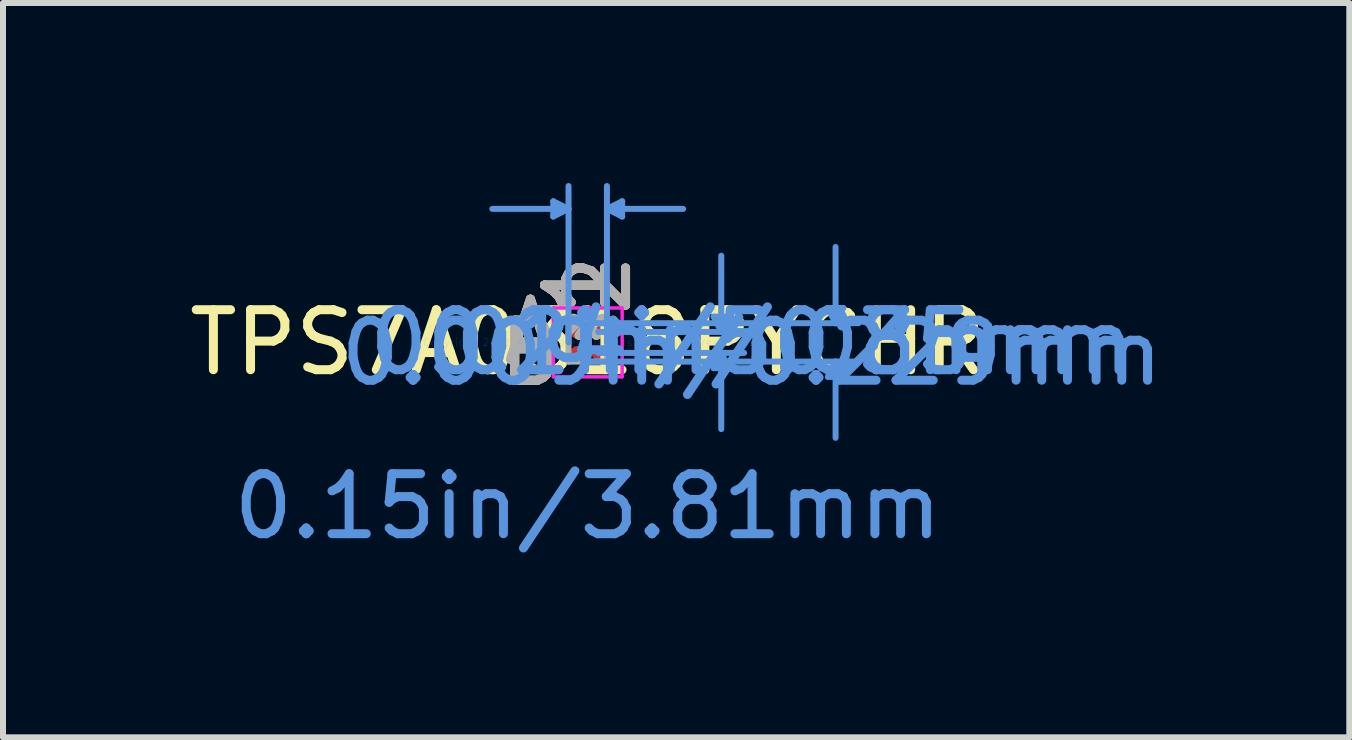
<source format=kicad_pcb>
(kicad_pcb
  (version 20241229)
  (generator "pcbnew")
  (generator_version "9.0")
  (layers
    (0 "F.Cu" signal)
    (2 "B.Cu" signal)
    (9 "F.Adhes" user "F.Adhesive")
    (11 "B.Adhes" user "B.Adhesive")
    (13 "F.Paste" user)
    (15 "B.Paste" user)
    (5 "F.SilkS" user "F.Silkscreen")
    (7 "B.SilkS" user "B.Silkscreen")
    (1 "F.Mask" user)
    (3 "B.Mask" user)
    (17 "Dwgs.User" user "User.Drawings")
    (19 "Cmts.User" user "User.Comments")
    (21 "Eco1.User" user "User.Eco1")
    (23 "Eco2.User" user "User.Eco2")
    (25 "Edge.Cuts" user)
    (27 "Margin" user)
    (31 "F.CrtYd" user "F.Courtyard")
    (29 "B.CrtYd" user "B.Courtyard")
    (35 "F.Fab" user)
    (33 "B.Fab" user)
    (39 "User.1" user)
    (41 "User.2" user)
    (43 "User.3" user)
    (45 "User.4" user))
  (footprint "TPS7A0318PYCHR"
    (layer "F.Cu")
    (at 6.744 2.656)
    (property "Reference" "TPS7A0318PYCHR" (at 0 0 0) (layer "F.SilkS") (effects (font (size 1 1) (thickness 0.15))))
    (attr through_hole)
    (fp_line (start -0.574 -2.352) (end -0.574 -2.098) (stroke (width 0.1) (type solid)) (layer "Cmts.User"))
    (fp_line (start -0.32 -2.225) (end -1.59 -2.225) (stroke (width 0.1) (type solid)) (layer "Cmts.User"))
    (fp_line (start -0.32 -2.225) (end -0.574 -2.352) (stroke (width 0.1) (type solid)) (layer "Cmts.User"))
    (fp_line (start -0.32 -2.225) (end -0.574 -2.098) (stroke (width 0.1) (type solid)) (layer "Cmts.User"))
    (fp_line (start -0.32 0) (end -0.32 -2.606) (stroke (width 0.1) (type solid)) (layer "Cmts.User"))
    (fp_line (start 0 -0.32) (end 4.511 -0.32) (stroke (width 0.1) (type solid)) (layer "Cmts.User"))
    (fp_line (start 0 0.32) (end 4.511 0.32) (stroke (width 0.1) (type solid)) (layer "Cmts.User"))
    (fp_line (start 0.175 -0.175) (end 2.606 -0.175) (stroke (width 0.1) (type solid)) (layer "Cmts.User"))
    (fp_line (start 0.175 0.175) (end 2.606 0.175) (stroke (width 0.1) (type solid)) (layer "Cmts.User"))
    (fp_line (start 0.32 -2.225) (end 0.574 -2.352) (stroke (width 0.1) (type solid)) (layer "Cmts.User"))
    (fp_line (start 0.32 -2.225) (end 0.574 -2.098) (stroke (width 0.1) (type solid)) (layer "Cmts.User"))
    (fp_line (start 0.32 -2.225) (end 1.59 -2.225) (stroke (width 0.1) (type solid)) (layer "Cmts.User"))
    (fp_line (start 0.32 0) (end 0.32 -2.606) (stroke (width 0.1) (type solid)) (layer "Cmts.User"))
    (fp_line (start 0.574 -2.352) (end 0.574 -2.098) (stroke (width 0.1) (type solid)) (layer "Cmts.User"))
    (fp_line (start 2.098 -0.429) (end 2.352 -0.429) (stroke (width 0.1) (type solid)) (layer "Cmts.User"))
    (fp_line (start 2.098 0.429) (end 2.352 0.429) (stroke (width 0.1) (type solid)) (layer "Cmts.User"))
    (fp_line (start 2.225 -0.175) (end 2.098 -0.429) (stroke (width 0.1) (type solid)) (layer "Cmts.User"))
    (fp_line (start 2.225 -0.175) (end 2.225 -1.445) (stroke (width 0.1) (type solid)) (layer "Cmts.User"))
    (fp_line (start 2.225 -0.175) (end 2.352 -0.429) (stroke (width 0.1) (type solid)) (layer "Cmts.User"))
    (fp_line (start 2.225 0.175) (end 2.098 0.429) (stroke (width 0.1) (type solid)) (layer "Cmts.User"))
    (fp_line (start 2.225 0.175) (end 2.225 1.445) (stroke (width 0.1) (type solid)) (layer "Cmts.User"))
    (fp_line (start 2.225 0.175) (end 2.352 0.429) (stroke (width 0.1) (type solid)) (layer "Cmts.User"))
    (fp_line (start 4.003 -0.574) (end 4.257 -0.574) (stroke (width 0.1) (type solid)) (layer "Cmts.User"))
    (fp_line (start 4.003 0.574) (end 4.257 0.574) (stroke (width 0.1) (type solid)) (layer "Cmts.User"))
    (fp_line (start 4.13 -0.32) (end 4.003 -0.574) (stroke (width 0.1) (type solid)) (layer "Cmts.User"))
    (fp_line (start 4.13 -0.32) (end 4.13 -1.59) (stroke (width 0.1) (type solid)) (layer "Cmts.User"))
    (fp_line (start 4.13 -0.32) (end 4.257 -0.574) (stroke (width 0.1) (type solid)) (layer "Cmts.User"))
    (fp_line (start 4.13 0.32) (end 4.003 0.574) (stroke (width 0.1) (type solid)) (layer "Cmts.User"))
    (fp_line (start 4.13 0.32) (end 4.13 1.59) (stroke (width 0.1) (type solid)) (layer "Cmts.User"))
    (fp_line (start 4.13 0.32) (end 4.257 0.574) (stroke (width 0.1) (type solid)) (layer "Cmts.User"))
    (fp_line (start -0.574 -0.574) (end 0.574 -0.574) (stroke (width 0.05) (type solid)) (layer "F.CrtYd"))
    (fp_line (start -0.574 -0.574) (end 0.574 -0.574) (stroke (width 0.05) (type solid)) (layer "F.CrtYd"))
    (fp_line (start -0.574 0.574) (end -0.574 -0.574) (stroke (width 0.05) (type solid)) (layer "F.CrtYd"))
    (fp_line (start -0.574 0.574) (end -0.574 -0.574) (stroke (width 0.05) (type solid)) (layer "F.CrtYd"))
    (fp_line (start 0.574 -0.574) (end 0.574 0.574) (stroke (width 0.05) (type solid)) (layer "F.CrtYd"))
    (fp_line (start 0.574 -0.574) (end 0.574 0.574) (stroke (width 0.05) (type solid)) (layer "F.CrtYd"))
    (fp_line (start 0.574 0.574) (end -0.574 0.574) (stroke (width 0.05) (type solid)) (layer "F.CrtYd"))
    (fp_line (start 0.574 0.574) (end -0.574 0.574) (stroke (width 0.05) (type solid)) (layer "F.CrtYd"))
    (fp_line (start -0.32 -0.32) (end -0.32 0.32) (stroke (width 0.1) (type solid)) (layer "F.Fab"))
    (fp_line (start -0.32 0.32) (end 0.32 0.32) (stroke (width 0.1) (type solid)) (layer "F.Fab"))
    (fp_line (start -0.145 -0.32) (end -0.32 -0.145) (stroke (width 0.1) (type solid)) (layer "F.Fab"))
    (fp_line (start 0.32 -0.32) (end -0.32 -0.32) (stroke (width 0.1) (type solid)) (layer "F.Fab"))
    (fp_line (start 0.32 0.32) (end 0.32 -0.32) (stroke (width 0.1) (type solid)) (layer "F.Fab"))
    (fp_text user "*" (at 0 0 0) (layer "F.SilkS") (effects (font (size 1 1) (thickness 0.15))))
    (fp_text user "2" (at 0.175 -0.955 90) (layer "F.SilkS") (effects (font (size 1 1) (thickness 0.15))))
    (fp_text user "A" (at -0.955 -0.175 0) (layer "F.SilkS") (effects (font (size 1 1) (thickness 0.15))))
    (fp_text user "B" (at -0.955 0.175 0) (layer "F.SilkS") (effects (font (size 1 1) (thickness 0.15))))
    (fp_text user "1" (at -0.175 -0.955 90) (layer "F.SilkS") (effects (font (size 1 1) (thickness 0.15))))
    (fp_text user "1" (at -0.175 -0.955 90) (layer "B.SilkS") (effects (font (size 1 1) (thickness 0.15))))
    (fp_text user "A" (at -0.955 -0.175 0) (layer "B.SilkS") (effects (font (size 1 1) (thickness 0.15))))
    (fp_text user "2" (at 0.175 -0.955 90) (layer "B.SilkS") (effects (font (size 1 1) (thickness 0.15))))
    (fp_text user "B" (at -0.955 0.175 0) (layer "B.SilkS") (effects (font (size 1 1) (thickness 0.15))))
    (fp_text user "0.009in/0.229mm" (at 2.733 0.175 0) (layer "Cmts.User") (effects (font (size 1 1) (thickness 0.15))))
    (fp_text user "0.014in/0.35mm" (at 2.733 0 0) (layer "Cmts.User") (effects (font (size 1 1) (thickness 0.15))))
    (fp_text user "0.15in/3.81mm" (at 0 2.733 0) (layer "Cmts.User") (effects (font (size 1 1) (thickness 0.15))))
    (fp_text user "Copyright 2021 Accelerated Designs. All rights reserved." (at 0 0 0) (layer "Cmts.User") (effects (font (size 0.127 0.127) (thickness 0.002))))
    (fp_text user "0.2in/5.08mm" (at 2.733 0 0) (layer "Cmts.User") (effects (font (size 1 1) (thickness 0.15))))
    (fp_text user "2" (at 0.175 -0.955 90) (layer "F.Fab") (effects (font (size 1 1) (thickness 0.15))))
    (fp_text user "*" (at 0 0 0) (layer "F.Fab") (effects (font (size 1 1) (thickness 0.15))))
    (fp_text user "B" (at -0.955 0.175 0) (layer "F.Fab") (effects (font (size 1 1) (thickness 0.15))))
    (fp_text user "1" (at -0.175 -0.955 90) (layer "F.Fab") (effects (font (size 1 1) (thickness 0.15))))
    (fp_text user "A" (at -0.955 -0.175 0) (layer "F.Fab") (effects (font (size 1 1) (thickness 0.15))))
    (pad "A1" smd circle (at -0.175 -0.175) (size 0.229 0.229) (layers "F.Cu" "F.Mask" "F.Paste"))
    (pad "A2" smd circle (at 0.175 -0.175) (size 0.229 0.229) (layers "F.Cu" "F.Mask" "F.Paste"))
    (pad "B1" smd circle (at -0.175 0.175) (size 0.229 0.229) (layers "F.Cu" "F.Mask" "F.Paste"))
    (pad "B2" smd circle (at 0.175 0.175) (size 0.229 0.229) (layers "F.Cu" "F.Mask" "F.Paste")))
  (gr_rect
    (start -3 -3)
    (end 19.435 9.237)
    (stroke (width 0.1) (type default))
    (fill no)
    (layer "Edge.Cuts")))
</source>
